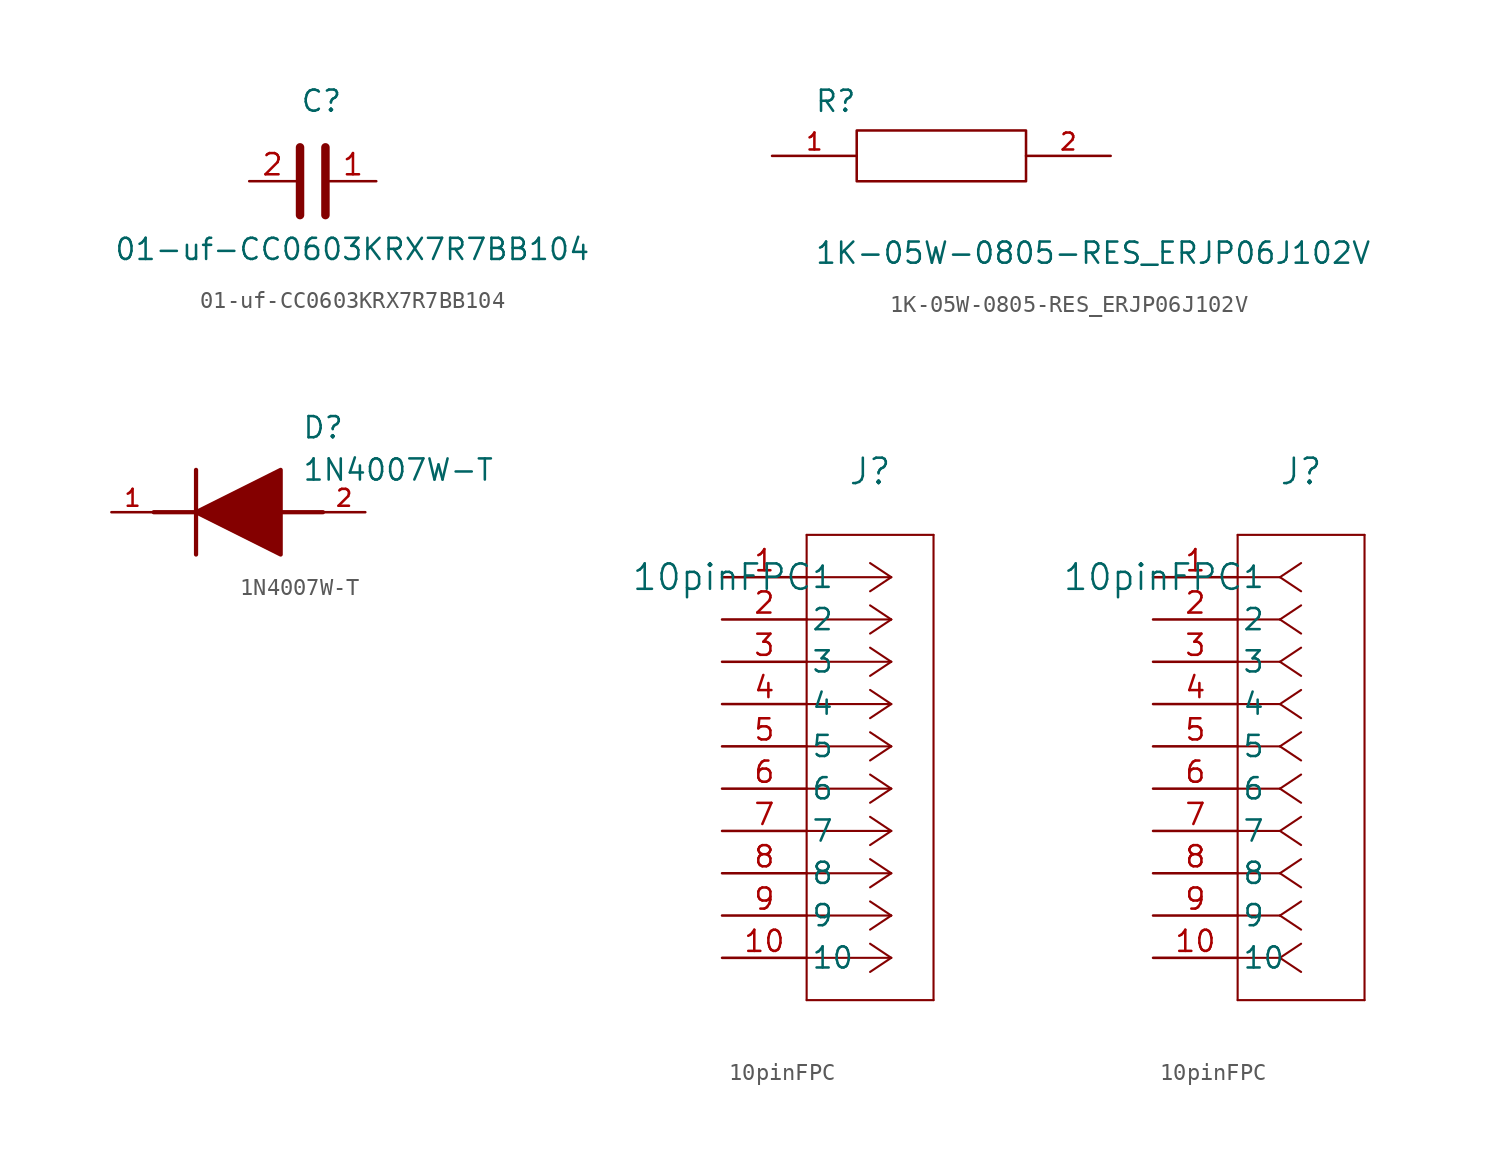
<source format=kicad_sym>
(kicad_symbol_lib
  (version 20241209)
  (generator "kicad_symbol_editor")
  (generator_version "9.0")
  (symbol "01-uf-CC0603KRX7R7BB104"
    (pin_names
      (offset 1.016))
    (property "Reference" "C"
      (at -0.762 4.064 0)
      (effects (font (size 1.27 1.27)) (justify left bottom)))
    (property "Value" "01-uf-CC0603KRX7R7BB104"
      (at -11.938 -4.826 0)
      (effects (font (size 1.27 1.27)) (justify left bottom)))
    (symbol "01-uf-CC0603KRX7R7BB104_0_1"
      (polyline (pts (xy -0.762 2.032) (xy -0.762 -2.032)) (stroke (width 0.508) (type default)) (fill (type none)))
      (polyline (pts (xy 0.762 2.032) (xy 0.762 -2.032)) (stroke (width 0.508) (type default)) (fill (type none))))
    (symbol "01-uf-CC0603KRX7R7BB104_1_1"
      (pin passive line (at -3.81 0 0) (length 2.794) (name "~" (effects (font (size 1.27 1.27)))) (number "2" (effects (font (size 1.27 1.27)))))
      (pin passive line (at 3.81 0 180) (length 2.794) (name "~" (effects (font (size 1.27 1.27)))) (number "1" (effects (font (size 1.27 1.27)))))))
  (symbol "1K-05W-0805-RES_ERJP06J102V"
    (pin_names
      (offset 1.016))
    (property "Reference" "R"
      (at -7.624 2.541 0)
      (effects (font (size 1.27 1.27)) (justify left bottom)))
    (property "Value" "1K-05W-0805-RES_ERJP06J102V"
      (at -7.624 -5.087 0)
      (effects (font (size 1.27 1.27)) (justify left top)))
    (symbol "1K-05W-0805-RES_ERJP06J102V_0_0"
      (pin passive line (at -10.16 0 0) (length 5.08) (name "~" (effects (font (size 1.016 1.016)))) (number "1" (effects (font (size 1.016 1.016)))))
      (pin passive line (at 10.16 0 180) (length 5.08) (name "~" (effects (font (size 1.016 1.016)))) (number "2" (effects (font (size 1.016 1.016))))))
    (symbol "1K-05W-0805-RES_ERJP06J102V_0_1"
      (rectangle (start -5.08 1.524) (end 5.08 -1.524) (stroke (width 0) (type default)) (fill (type none)))))
  (symbol "1N4007W-T"
    (pin_names
      (offset 1.016))
    (property "Reference" "D"
      (at 11.43 5.08 0)
      (effects (font (size 1.27 1.27)) (justify left)))
    (property "Value" "1N4007W-T"
      (at 11.43 2.54 0)
      (effects (font (size 1.27 1.27)) (justify left)))
    (symbol "1N4007W-T_0_0"
      (polyline (pts (xy 2.54 0) (xy 5.08 0)) (stroke (width 0.254) (type default)) (fill (type none)))
      (polyline (pts (xy 5.08 2.54) (xy 5.08 -2.54)) (stroke (width 0.254) (type default)) (fill (type none)))
      (polyline (pts (xy 5.08 0) (xy 10.16 2.54) (xy 10.16 -2.54) (xy 5.08 0)) (stroke (width 0.254) (type default)) (fill (type outline)))
      (polyline (pts (xy 10.16 0) (xy 12.7 0)) (stroke (width 0.254) (type default)) (fill (type none)))
      (pin bidirectional line (at 0 0 0) (length 2.54) (name "~" (effects (font (size 1.016 1.016)))) (number "1" (effects (font (size 1.016 1.016)))))
      (pin bidirectional line (at 15.24 0 180) (length 2.54) (name "~" (effects (font (size 1.016 1.016)))) (number "2" (effects (font (size 1.016 1.016)))))))
  (symbol "10pinFPC"
    (pin_names
      (offset 0.254))
    (property "Reference" "J"
      (at 8.89 6.35 0)
      (effects (font (size 1.524 1.524))))
    (property "Value" "10pinFPC"
      (at 0 0 0)
      (effects (font (size 1.524 1.524))))
    (symbol "10pinFPC_1_1"
      (polyline (pts (xy 5.08 2.54) (xy 5.08 -25.4)) (stroke (width 0.127) (type default)) (fill (type none)))
      (polyline (pts (xy 5.08 -25.4) (xy 12.7 -25.4)) (stroke (width 0.127) (type default)) (fill (type none)))
      (polyline (pts (xy 10.16 0) (xy 5.08 0)) (stroke (width 0.127) (type default)) (fill (type none)))
      (polyline (pts (xy 10.16 0) (xy 8.89 0.847)) (stroke (width 0.127) (type default)) (fill (type none)))
      (polyline (pts (xy 10.16 0) (xy 8.89 -0.847)) (stroke (width 0.127) (type default)) (fill (type none)))
      (polyline (pts (xy 10.16 -2.54) (xy 5.08 -2.54)) (stroke (width 0.127) (type default)) (fill (type none)))
      (polyline (pts (xy 10.16 -2.54) (xy 8.89 -1.693)) (stroke (width 0.127) (type default)) (fill (type none)))
      (polyline (pts (xy 10.16 -2.54) (xy 8.89 -3.387)) (stroke (width 0.127) (type default)) (fill (type none)))
      (polyline (pts (xy 10.16 -5.08) (xy 5.08 -5.08)) (stroke (width 0.127) (type default)) (fill (type none)))
      (polyline (pts (xy 10.16 -5.08) (xy 8.89 -4.233)) (stroke (width 0.127) (type default)) (fill (type none)))
      (polyline (pts (xy 10.16 -5.08) (xy 8.89 -5.927)) (stroke (width 0.127) (type default)) (fill (type none)))
      (polyline (pts (xy 10.16 -7.62) (xy 5.08 -7.62)) (stroke (width 0.127) (type default)) (fill (type none)))
      (polyline (pts (xy 10.16 -7.62) (xy 8.89 -6.773)) (stroke (width 0.127) (type default)) (fill (type none)))
      (polyline (pts (xy 10.16 -7.62) (xy 8.89 -8.467)) (stroke (width 0.127) (type default)) (fill (type none)))
      (polyline (pts (xy 10.16 -10.16) (xy 5.08 -10.16)) (stroke (width 0.127) (type default)) (fill (type none)))
      (polyline (pts (xy 10.16 -10.16) (xy 8.89 -9.313)) (stroke (width 0.127) (type default)) (fill (type none)))
      (polyline (pts (xy 10.16 -10.16) (xy 8.89 -11.007)) (stroke (width 0.127) (type default)) (fill (type none)))
      (polyline (pts (xy 10.16 -12.7) (xy 5.08 -12.7)) (stroke (width 0.127) (type default)) (fill (type none)))
      (polyline (pts (xy 10.16 -12.7) (xy 8.89 -11.853)) (stroke (width 0.127) (type default)) (fill (type none)))
      (polyline (pts (xy 10.16 -12.7) (xy 8.89 -13.547)) (stroke (width 0.127) (type default)) (fill (type none)))
      (polyline (pts (xy 10.16 -15.24) (xy 5.08 -15.24)) (stroke (width 0.127) (type default)) (fill (type none)))
      (polyline (pts (xy 10.16 -15.24) (xy 8.89 -14.393)) (stroke (width 0.127) (type default)) (fill (type none)))
      (polyline (pts (xy 10.16 -15.24) (xy 8.89 -16.087)) (stroke (width 0.127) (type default)) (fill (type none)))
      (polyline (pts (xy 10.16 -17.78) (xy 5.08 -17.78)) (stroke (width 0.127) (type default)) (fill (type none)))
      (polyline (pts (xy 10.16 -17.78) (xy 8.89 -16.933)) (stroke (width 0.127) (type default)) (fill (type none)))
      (polyline (pts (xy 10.16 -17.78) (xy 8.89 -18.627)) (stroke (width 0.127) (type default)) (fill (type none)))
      (polyline (pts (xy 10.16 -20.32) (xy 5.08 -20.32)) (stroke (width 0.127) (type default)) (fill (type none)))
      (polyline (pts (xy 10.16 -20.32) (xy 8.89 -19.473)) (stroke (width 0.127) (type default)) (fill (type none)))
      (polyline (pts (xy 10.16 -20.32) (xy 8.89 -21.167)) (stroke (width 0.127) (type default)) (fill (type none)))
      (polyline (pts (xy 10.16 -22.86) (xy 5.08 -22.86)) (stroke (width 0.127) (type default)) (fill (type none)))
      (polyline (pts (xy 10.16 -22.86) (xy 8.89 -22.013)) (stroke (width 0.127) (type default)) (fill (type none)))
      (polyline (pts (xy 10.16 -22.86) (xy 8.89 -23.707)) (stroke (width 0.127) (type default)) (fill (type none)))
      (polyline (pts (xy 12.7 2.54) (xy 5.08 2.54)) (stroke (width 0.127) (type default)) (fill (type none)))
      (polyline (pts (xy 12.7 -25.4) (xy 12.7 2.54)) (stroke (width 0.127) (type default)) (fill (type none)))
      (pin unspecified line (at 0 0 0) (length 5.08) (name "1" (effects (font (size 1.27 1.27)))) (number "1" (effects (font (size 1.27 1.27)))))
      (pin unspecified line (at 0 -2.54 0) (length 5.08) (name "2" (effects (font (size 1.27 1.27)))) (number "2" (effects (font (size 1.27 1.27)))))
      (pin unspecified line (at 0 -5.08 0) (length 5.08) (name "3" (effects (font (size 1.27 1.27)))) (number "3" (effects (font (size 1.27 1.27)))))
      (pin unspecified line (at 0 -7.62 0) (length 5.08) (name "4" (effects (font (size 1.27 1.27)))) (number "4" (effects (font (size 1.27 1.27)))))
      (pin unspecified line (at 0 -10.16 0) (length 5.08) (name "5" (effects (font (size 1.27 1.27)))) (number "5" (effects (font (size 1.27 1.27)))))
      (pin unspecified line (at 0 -12.7 0) (length 5.08) (name "6" (effects (font (size 1.27 1.27)))) (number "6" (effects (font (size 1.27 1.27)))))
      (pin unspecified line (at 0 -15.24 0) (length 5.08) (name "7" (effects (font (size 1.27 1.27)))) (number "7" (effects (font (size 1.27 1.27)))))
      (pin unspecified line (at 0 -17.78 0) (length 5.08) (name "8" (effects (font (size 1.27 1.27)))) (number "8" (effects (font (size 1.27 1.27)))))
      (pin unspecified line (at 0 -20.32 0) (length 5.08) (name "9" (effects (font (size 1.27 1.27)))) (number "9" (effects (font (size 1.27 1.27)))))
      (pin unspecified line (at 0 -22.86 0) (length 5.08) (name "10" (effects (font (size 1.27 1.27)))) (number "10" (effects (font (size 1.27 1.27))))))
    (symbol "10pinFPC_1_2"
      (polyline (pts (xy 5.08 2.54) (xy 5.08 -25.4)) (stroke (width 0.127) (type default)) (fill (type none)))
      (polyline (pts (xy 5.08 -25.4) (xy 12.7 -25.4)) (stroke (width 0.127) (type default)) (fill (type none)))
      (polyline (pts (xy 7.62 0) (xy 5.08 0)) (stroke (width 0.127) (type default)) (fill (type none)))
      (polyline (pts (xy 7.62 0) (xy 8.89 0.847)) (stroke (width 0.127) (type default)) (fill (type none)))
      (polyline (pts (xy 7.62 0) (xy 8.89 -0.847)) (stroke (width 0.127) (type default)) (fill (type none)))
      (polyline (pts (xy 7.62 -2.54) (xy 5.08 -2.54)) (stroke (width 0.127) (type default)) (fill (type none)))
      (polyline (pts (xy 7.62 -2.54) (xy 8.89 -1.693)) (stroke (width 0.127) (type default)) (fill (type none)))
      (polyline (pts (xy 7.62 -2.54) (xy 8.89 -3.387)) (stroke (width 0.127) (type default)) (fill (type none)))
      (polyline (pts (xy 7.62 -5.08) (xy 5.08 -5.08)) (stroke (width 0.127) (type default)) (fill (type none)))
      (polyline (pts (xy 7.62 -5.08) (xy 8.89 -4.233)) (stroke (width 0.127) (type default)) (fill (type none)))
      (polyline (pts (xy 7.62 -5.08) (xy 8.89 -5.927)) (stroke (width 0.127) (type default)) (fill (type none)))
      (polyline (pts (xy 7.62 -7.62) (xy 5.08 -7.62)) (stroke (width 0.127) (type default)) (fill (type none)))
      (polyline (pts (xy 7.62 -7.62) (xy 8.89 -6.773)) (stroke (width 0.127) (type default)) (fill (type none)))
      (polyline (pts (xy 7.62 -7.62) (xy 8.89 -8.467)) (stroke (width 0.127) (type default)) (fill (type none)))
      (polyline (pts (xy 7.62 -10.16) (xy 5.08 -10.16)) (stroke (width 0.127) (type default)) (fill (type none)))
      (polyline (pts (xy 7.62 -10.16) (xy 8.89 -9.313)) (stroke (width 0.127) (type default)) (fill (type none)))
      (polyline (pts (xy 7.62 -10.16) (xy 8.89 -11.007)) (stroke (width 0.127) (type default)) (fill (type none)))
      (polyline (pts (xy 7.62 -12.7) (xy 5.08 -12.7)) (stroke (width 0.127) (type default)) (fill (type none)))
      (polyline (pts (xy 7.62 -12.7) (xy 8.89 -11.853)) (stroke (width 0.127) (type default)) (fill (type none)))
      (polyline (pts (xy 7.62 -12.7) (xy 8.89 -13.547)) (stroke (width 0.127) (type default)) (fill (type none)))
      (polyline (pts (xy 7.62 -15.24) (xy 5.08 -15.24)) (stroke (width 0.127) (type default)) (fill (type none)))
      (polyline (pts (xy 7.62 -15.24) (xy 8.89 -14.393)) (stroke (width 0.127) (type default)) (fill (type none)))
      (polyline (pts (xy 7.62 -15.24) (xy 8.89 -16.087)) (stroke (width 0.127) (type default)) (fill (type none)))
      (polyline (pts (xy 7.62 -17.78) (xy 5.08 -17.78)) (stroke (width 0.127) (type default)) (fill (type none)))
      (polyline (pts (xy 7.62 -17.78) (xy 8.89 -16.933)) (stroke (width 0.127) (type default)) (fill (type none)))
      (polyline (pts (xy 7.62 -17.78) (xy 8.89 -18.627)) (stroke (width 0.127) (type default)) (fill (type none)))
      (polyline (pts (xy 7.62 -20.32) (xy 5.08 -20.32)) (stroke (width 0.127) (type default)) (fill (type none)))
      (polyline (pts (xy 7.62 -20.32) (xy 8.89 -19.473)) (stroke (width 0.127) (type default)) (fill (type none)))
      (polyline (pts (xy 7.62 -20.32) (xy 8.89 -21.167)) (stroke (width 0.127) (type default)) (fill (type none)))
      (polyline (pts (xy 7.62 -22.86) (xy 5.08 -22.86)) (stroke (width 0.127) (type default)) (fill (type none)))
      (polyline (pts (xy 7.62 -22.86) (xy 8.89 -22.013)) (stroke (width 0.127) (type default)) (fill (type none)))
      (polyline (pts (xy 7.62 -22.86) (xy 8.89 -23.707)) (stroke (width 0.127) (type default)) (fill (type none)))
      (polyline (pts (xy 12.7 2.54) (xy 5.08 2.54)) (stroke (width 0.127) (type default)) (fill (type none)))
      (polyline (pts (xy 12.7 -25.4) (xy 12.7 2.54)) (stroke (width 0.127) (type default)) (fill (type none)))
      (pin unspecified line (at 0 0 0) (length 5.08) (name "1" (effects (font (size 1.27 1.27)))) (number "1" (effects (font (size 1.27 1.27)))))
      (pin unspecified line (at 0 -2.54 0) (length 5.08) (name "2" (effects (font (size 1.27 1.27)))) (number "2" (effects (font (size 1.27 1.27)))))
      (pin unspecified line (at 0 -5.08 0) (length 5.08) (name "3" (effects (font (size 1.27 1.27)))) (number "3" (effects (font (size 1.27 1.27)))))
      (pin unspecified line (at 0 -7.62 0) (length 5.08) (name "4" (effects (font (size 1.27 1.27)))) (number "4" (effects (font (size 1.27 1.27)))))
      (pin unspecified line (at 0 -10.16 0) (length 5.08) (name "5" (effects (font (size 1.27 1.27)))) (number "5" (effects (font (size 1.27 1.27)))))
      (pin unspecified line (at 0 -12.7 0) (length 5.08) (name "6" (effects (font (size 1.27 1.27)))) (number "6" (effects (font (size 1.27 1.27)))))
      (pin unspecified line (at 0 -15.24 0) (length 5.08) (name "7" (effects (font (size 1.27 1.27)))) (number "7" (effects (font (size 1.27 1.27)))))
      (pin unspecified line (at 0 -17.78 0) (length 5.08) (name "8" (effects (font (size 1.27 1.27)))) (number "8" (effects (font (size 1.27 1.27)))))
      (pin unspecified line (at 0 -20.32 0) (length 5.08) (name "9" (effects (font (size 1.27 1.27)))) (number "9" (effects (font (size 1.27 1.27)))))
      (pin unspecified line (at 0 -22.86 0) (length 5.08) (name "10" (effects (font (size 1.27 1.27)))) (number "10" (effects (font (size 1.27 1.27))))))))
</source>
